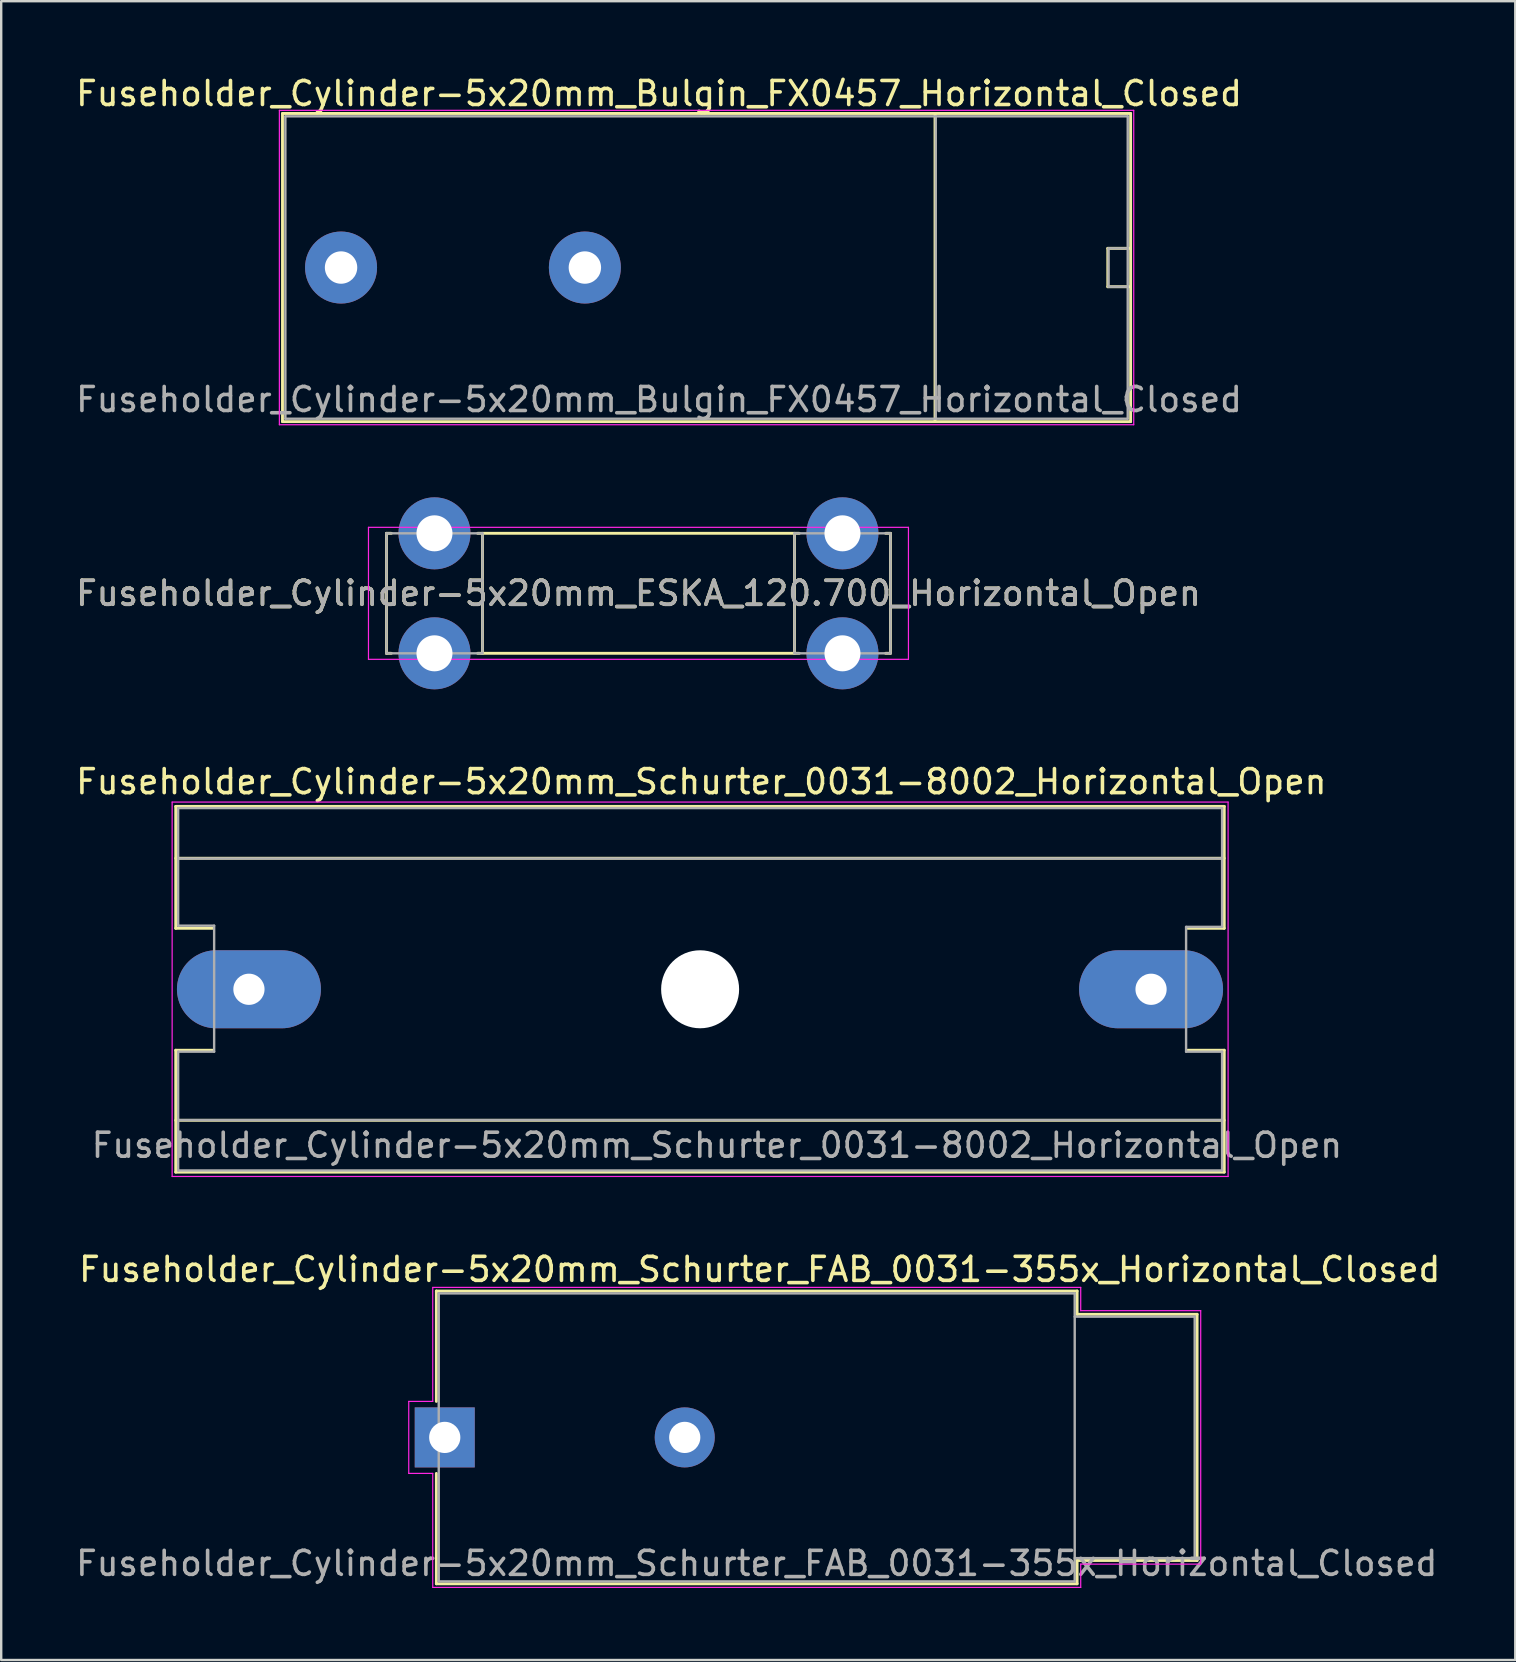
<source format=kicad_pcb>
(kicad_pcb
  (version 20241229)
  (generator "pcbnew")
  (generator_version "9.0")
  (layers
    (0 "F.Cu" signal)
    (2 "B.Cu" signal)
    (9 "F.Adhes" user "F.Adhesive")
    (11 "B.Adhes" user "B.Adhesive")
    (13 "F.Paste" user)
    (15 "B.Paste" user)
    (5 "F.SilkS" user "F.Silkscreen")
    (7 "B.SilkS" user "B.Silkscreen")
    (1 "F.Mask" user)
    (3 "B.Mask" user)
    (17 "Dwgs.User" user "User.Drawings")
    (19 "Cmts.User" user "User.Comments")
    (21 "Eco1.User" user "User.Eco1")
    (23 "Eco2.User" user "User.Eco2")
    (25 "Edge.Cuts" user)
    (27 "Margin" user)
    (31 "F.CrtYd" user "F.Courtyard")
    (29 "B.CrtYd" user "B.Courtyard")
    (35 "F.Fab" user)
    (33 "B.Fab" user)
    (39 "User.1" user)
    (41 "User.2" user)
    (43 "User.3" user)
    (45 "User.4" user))
  (footprint "Fuseholder_Cylinder-5x20mm_Schurter_0031-8002_Horizontal_Open"
    (layer "F.Cu")
    (at 7.323 38.172)
    (property "Reference" "Fuseholder_Cylinder-5x20mm_Schurter_0031-8002_Horizontal_Open" (at 18.85 -8.65 0) (layer "F.SilkS") (effects (font (size 1 1) (thickness 0.15))))
    (attr through_hole)
    (fp_line (start -3.05 -7.62) (end -3.05 -2.54) (stroke (width 0.12) (type solid)) (layer "F.SilkS"))
    (fp_line (start -3.05 -7.62) (end 40.64 -7.62) (stroke (width 0.12) (type solid)) (layer "F.SilkS"))
    (fp_line (start -3.05 -5.46) (end 40.64 -5.46) (stroke (width 0.12) (type solid)) (layer "F.SilkS"))
    (fp_line (start -3.05 -2.54) (end -1.52 -2.54) (stroke (width 0.12) (type solid)) (layer "F.SilkS"))
    (fp_line (start -3.05 2.54) (end -3.05 7.62) (stroke (width 0.12) (type solid)) (layer "F.SilkS"))
    (fp_line (start -1.52 2.54) (end -3.05 2.54) (stroke (width 0.12) (type solid)) (layer "F.SilkS"))
    (fp_line (start 39.12 2.54) (end 40.64 2.54) (stroke (width 0.12) (type solid)) (layer "F.SilkS"))
    (fp_line (start 40.64 -7.62) (end 40.64 -2.54) (stroke (width 0.12) (type solid)) (layer "F.SilkS"))
    (fp_line (start 40.64 -2.54) (end 39.12 -2.54) (stroke (width 0.12) (type solid)) (layer "F.SilkS"))
    (fp_line (start 40.64 2.54) (end 40.64 7.62) (stroke (width 0.12) (type solid)) (layer "F.SilkS"))
    (fp_line (start 40.64 5.46) (end -3.05 5.46) (stroke (width 0.12) (type solid)) (layer "F.SilkS"))
    (fp_line (start 40.64 7.62) (end -3.05 7.62) (stroke (width 0.12) (type solid)) (layer "F.SilkS"))
    (fp_line (start -3.2 -7.8) (end -3.2 7.8) (stroke (width 0.05) (type solid)) (layer "F.CrtYd"))
    (fp_line (start -3.2 -7.8) (end 40.8 -7.8) (stroke (width 0.05) (type solid)) (layer "F.CrtYd"))
    (fp_line (start 40.8 7.8) (end -3.2 7.8) (stroke (width 0.05) (type solid)) (layer "F.CrtYd"))
    (fp_line (start 40.8 7.8) (end 40.8 -7.8) (stroke (width 0.05) (type solid)) (layer "F.CrtYd"))
    (fp_line (start -2.95 -7.55) (end -2.95 -2.65) (stroke (width 0.1) (type solid)) (layer "F.Fab"))
    (fp_line (start -2.95 -5.45) (end 40.55 -5.45) (stroke (width 0.1) (type solid)) (layer "F.Fab"))
    (fp_line (start -2.95 -2.65) (end -1.45 -2.65) (stroke (width 0.1) (type solid)) (layer "F.Fab"))
    (fp_line (start -2.95 2.6) (end -2.95 7.55) (stroke (width 0.1) (type solid)) (layer "F.Fab"))
    (fp_line (start -2.95 5.45) (end 40.55 5.45) (stroke (width 0.1) (type solid)) (layer "F.Fab"))
    (fp_line (start -2.95 7.55) (end 40.55 7.55) (stroke (width 0.1) (type solid)) (layer "F.Fab"))
    (fp_line (start -1.45 -2.65) (end -1.45 2.6) (stroke (width 0.1) (type solid)) (layer "F.Fab"))
    (fp_line (start -1.45 2.6) (end -2.95 2.6) (stroke (width 0.1) (type solid)) (layer "F.Fab"))
    (fp_line (start 39.05 -2.6) (end 40.55 -2.6) (stroke (width 0.1) (type solid)) (layer "F.Fab"))
    (fp_line (start 39.05 2.6) (end 39.05 -2.6) (stroke (width 0.1) (type solid)) (layer "F.Fab"))
    (fp_line (start 40.55 -7.55) (end -2.95 -7.55) (stroke (width 0.1) (type solid)) (layer "F.Fab"))
    (fp_line (start 40.55 -2.6) (end 40.55 -7.55) (stroke (width 0.1) (type solid)) (layer "F.Fab"))
    (fp_line (start 40.55 2.6) (end 39.05 2.6) (stroke (width 0.1) (type solid)) (layer "F.Fab"))
    (fp_line (start 40.55 7.55) (end 40.55 2.6) (stroke (width 0.1) (type solid)) (layer "F.Fab"))
    (fp_text user "${REFERENCE}" (at 19.5 6.5 0) (layer "F.Fab") (effects (font (size 1 1) (thickness 0.15))))
    (pad "" np_thru_hole circle (at 18.8 0) (size 3.25 3.25) (drill 3.25) (layers "*.Cu" "*.Mask"))
    (pad "1" thru_hole oval (at 0 0 90) (size 3.25 6) (drill 1.3) (layers "*.Cu" "*.Mask"))
    (pad "2" thru_hole oval (at 37.59 0 90) (size 3.25 6) (drill 1.3) (layers "*.Cu" "*.Mask")))
  (footprint "Fuseholder_Cylinder-5x20mm_ESKA_120.700_Horizontal_Open"
    (layer "F.Cu")
    (at 15.054 19.173)
    (property "Reference" "Fuseholder_Cylinder-5x20mm_ESKA_120.700_Horizontal_Open" (at 8.5 2.5 0) (layer "F.SilkS") (effects (font (size 1 1) (thickness 0.15))))
    (attr through_hole)
    (fp_line (start -2 0) (end -2 5) (stroke (width 0.12) (type solid)) (layer "F.SilkS"))
    (fp_line (start -2 5) (end -1.8 5) (stroke (width 0.12) (type solid)) (layer "F.SilkS"))
    (fp_line (start -1.8 0) (end -2 0) (stroke (width 0.12) (type solid)) (layer "F.SilkS"))
    (fp_line (start 1.8 0) (end 15.2 0) (stroke (width 0.12) (type solid)) (layer "F.SilkS"))
    (fp_line (start 2 0) (end 2 5) (stroke (width 0.12) (type solid)) (layer "F.SilkS"))
    (fp_line (start 15 0) (end 15 5) (stroke (width 0.12) (type solid)) (layer "F.SilkS"))
    (fp_line (start 15.2 5) (end 1.8 5) (stroke (width 0.12) (type solid)) (layer "F.SilkS"))
    (fp_line (start 18.8 0) (end 19 0) (stroke (width 0.12) (type solid)) (layer "F.SilkS"))
    (fp_line (start 19 0) (end 19 5) (stroke (width 0.12) (type solid)) (layer "F.SilkS"))
    (fp_line (start 19 5) (end 18.8 5) (stroke (width 0.12) (type solid)) (layer "F.SilkS"))
    (fp_line (start -2.75 -0.25) (end -2.75 5.25) (stroke (width 0.05) (type solid)) (layer "F.CrtYd"))
    (fp_line (start -2.75 5.25) (end 19.75 5.25) (stroke (width 0.05) (type solid)) (layer "F.CrtYd"))
    (fp_line (start 19.75 -0.25) (end -2.75 -0.25) (stroke (width 0.05) (type solid)) (layer "F.CrtYd"))
    (fp_line (start 19.75 5.25) (end 19.75 -0.25) (stroke (width 0.05) (type solid)) (layer "F.CrtYd"))
    (fp_line (start -2 0) (end -2 5) (stroke (width 0.1) (type solid)) (layer "F.Fab"))
    (fp_line (start -2 0) (end 2 0) (stroke (width 0.1) (type solid)) (layer "F.Fab"))
    (fp_line (start 2 0) (end 2 5) (stroke (width 0.1) (type solid)) (layer "F.Fab"))
    (fp_line (start 2 5) (end -2 5) (stroke (width 0.1) (type solid)) (layer "F.Fab"))
    (fp_line (start 15 0) (end 15 5) (stroke (width 0.1) (type solid)) (layer "F.Fab"))
    (fp_line (start 15 5) (end 19 5) (stroke (width 0.1) (type solid)) (layer "F.Fab"))
    (fp_line (start 19 0) (end 15 0) (stroke (width 0.1) (type solid)) (layer "F.Fab"))
    (fp_line (start 19 5) (end 19 0) (stroke (width 0.1) (type solid)) (layer "F.Fab"))
    (fp_text user "${REFERENCE}" (at 8.5 2.5 0) (layer "F.Fab") (effects (font (size 1 1) (thickness 0.15))))
    (pad "1" thru_hole circle (at 0 0) (size 3 3) (drill 1.5) (layers "*.Cu" "*.Mask"))
    (pad "1" thru_hole circle (at 0 5) (size 3 3) (drill 1.5) (layers "*.Cu" "*.Mask"))
    (pad "2" thru_hole circle (at 17 0) (size 3 3) (drill 1.5) (layers "*.Cu" "*.Mask"))
    (pad "2" thru_hole circle (at 17 5) (size 3 3) (drill 1.5) (layers "*.Cu" "*.Mask")))
  (footprint "Fuseholder_Cylinder-5x20mm_Bulgin_FX0457_Horizontal_Closed"
    (layer "F.Cu")
    (at 11.161 8.098)
    (property "Reference" "Fuseholder_Cylinder-5x20mm_Bulgin_FX0457_Horizontal_Closed" (at 13.25 -7.25 0) (layer "F.SilkS") (effects (font (size 1 1) (thickness 0.15))))
    (attr through_hole)
    (fp_line (start -2.44 -6.42) (end -2.44 6.42) (stroke (width 0.12) (type solid)) (layer "F.SilkS"))
    (fp_line (start -2.44 -6.42) (end 32.9 -6.42) (stroke (width 0.12) (type solid)) (layer "F.SilkS"))
    (fp_line (start 24.75 -6.4) (end 24.75 6.4) (stroke (width 0.12) (type solid)) (layer "F.SilkS"))
    (fp_line (start 31.95 -0.8) (end 31.95 0.8) (stroke (width 0.12) (type solid)) (layer "F.SilkS"))
    (fp_line (start 31.95 0.8) (end 32.85 0.8) (stroke (width 0.12) (type solid)) (layer "F.SilkS"))
    (fp_line (start 32.85 -0.8) (end 31.95 -0.8) (stroke (width 0.12) (type solid)) (layer "F.SilkS"))
    (fp_line (start 32.9 6.42) (end -2.44 6.42) (stroke (width 0.12) (type solid)) (layer "F.SilkS"))
    (fp_line (start 32.9 6.42) (end 32.9 -6.42) (stroke (width 0.12) (type solid)) (layer "F.SilkS"))
    (fp_line (start -2.57 -6.55) (end -2.57 6.55) (stroke (width 0.05) (type solid)) (layer "F.CrtYd"))
    (fp_line (start -2.57 -6.55) (end 33.03 -6.55) (stroke (width 0.05) (type solid)) (layer "F.CrtYd"))
    (fp_line (start 33.03 6.55) (end -2.57 6.55) (stroke (width 0.05) (type solid)) (layer "F.CrtYd"))
    (fp_line (start 33.03 6.55) (end 33.03 -6.55) (stroke (width 0.05) (type solid)) (layer "F.CrtYd"))
    (fp_line (start -2.32 6.3) (end -2.32 -6.3) (stroke (width 0.1) (type solid)) (layer "F.Fab"))
    (fp_line (start -2.32 6.3) (end 32.78 6.3) (stroke (width 0.1) (type solid)) (layer "F.Fab"))
    (fp_line (start 24.78 6.3) (end 24.78 -6.3) (stroke (width 0.1) (type solid)) (layer "F.Fab"))
    (fp_line (start 31.98 -0.8) (end 31.98 0.8) (stroke (width 0.1) (type solid)) (layer "F.Fab"))
    (fp_line (start 31.98 0.8) (end 32.78 0.8) (stroke (width 0.1) (type solid)) (layer "F.Fab"))
    (fp_line (start 32.78 -6.3) (end -2.32 -6.3) (stroke (width 0.1) (type solid)) (layer "F.Fab"))
    (fp_line (start 32.78 -0.8) (end 31.98 -0.8) (stroke (width 0.1) (type solid)) (layer "F.Fab"))
    (fp_line (start 32.78 6.3) (end 32.78 -6.3) (stroke (width 0.1) (type solid)) (layer "F.Fab"))
    (fp_text user "${REFERENCE}" (at 13.25 5.5 0) (layer "F.Fab") (effects (font (size 1 1) (thickness 0.15))))
    (pad "1" thru_hole circle (at 0 0) (size 3 3) (drill 1.35) (layers "*.Cu" "*.Mask"))
    (pad "2" thru_hole circle (at 10.16 0) (size 3 3) (drill 1.35) (layers "*.Cu" "*.Mask")))
  (footprint "Fuseholder_Cylinder-5x20mm_Schurter_FAB_0031-355x_Horizontal_Closed"
    (layer "F.Cu")
    (at 15.482 56.845)
    (property "Reference" "Fuseholder_Cylinder-5x20mm_Schurter_FAB_0031-355x_Horizontal_Closed" (at 13.125 -7 0) (layer "F.SilkS") (effects (font (size 1 1) (thickness 0.15))))
    (attr through_hole)
    (fp_line (start -0.35 -6.1) (end -0.35 -1.5) (stroke (width 0.12) (type solid)) (layer "F.SilkS"))
    (fp_line (start -0.35 1.5) (end -0.35 6.1) (stroke (width 0.12) (type solid)) (layer "F.SilkS"))
    (fp_line (start -0.35 6.1) (end 26.35 6.1) (stroke (width 0.12) (type solid)) (layer "F.SilkS"))
    (fp_line (start 26.35 -6.1) (end -0.35 -6.1) (stroke (width 0.12) (type solid)) (layer "F.SilkS"))
    (fp_line (start 26.35 -5.13) (end 26.35 -6.1) (stroke (width 0.12) (type solid)) (layer "F.SilkS"))
    (fp_line (start 26.35 -5.13) (end 31.35 -5.13) (stroke (width 0.12) (type solid)) (layer "F.SilkS"))
    (fp_line (start 26.35 5.13) (end 26.35 6.1) (stroke (width 0.12) (type solid)) (layer "F.SilkS"))
    (fp_line (start 31.35 -5.13) (end 31.35 5.13) (stroke (width 0.12) (type solid)) (layer "F.SilkS"))
    (fp_line (start 31.35 5.13) (end 26.35 5.13) (stroke (width 0.12) (type solid)) (layer "F.SilkS"))
    (fp_line (start -1.5 -1.5) (end -1.5 1.5) (stroke (width 0.05) (type solid)) (layer "F.CrtYd"))
    (fp_line (start -1.5 1.5) (end -0.5 1.5) (stroke (width 0.05) (type solid)) (layer "F.CrtYd"))
    (fp_line (start -0.5 -6.25) (end -0.5 -1.5) (stroke (width 0.05) (type solid)) (layer "F.CrtYd"))
    (fp_line (start -0.5 -6.25) (end 26.5 -6.25) (stroke (width 0.05) (type solid)) (layer "F.CrtYd"))
    (fp_line (start -0.5 -1.5) (end -1.5 -1.5) (stroke (width 0.05) (type solid)) (layer "F.CrtYd"))
    (fp_line (start -0.5 1.5) (end -0.5 6.25) (stroke (width 0.05) (type solid)) (layer "F.CrtYd"))
    (fp_line (start 26.5 -6.25) (end 26.5 -5.28) (stroke (width 0.05) (type solid)) (layer "F.CrtYd"))
    (fp_line (start 26.5 5.28) (end 26.5 6.25) (stroke (width 0.05) (type solid)) (layer "F.CrtYd"))
    (fp_line (start 26.5 5.28) (end 31.5 5.28) (stroke (width 0.05) (type solid)) (layer "F.CrtYd"))
    (fp_line (start 26.5 6.25) (end -0.5 6.25) (stroke (width 0.05) (type solid)) (layer "F.CrtYd"))
    (fp_line (start 31.5 -5.28) (end 26.5 -5.28) (stroke (width 0.05) (type solid)) (layer "F.CrtYd"))
    (fp_line (start 31.5 5.28) (end 31.5 -5.28) (stroke (width 0.05) (type solid)) (layer "F.CrtYd"))
    (fp_line (start -0.25 -6) (end 26.25 -6) (stroke (width 0.1) (type solid)) (layer "F.Fab"))
    (fp_line (start -0.25 6) (end -0.25 -6) (stroke (width 0.1) (type solid)) (layer "F.Fab"))
    (fp_line (start 26.25 -6) (end 26.25 6) (stroke (width 0.1) (type solid)) (layer "F.Fab"))
    (fp_line (start 26.25 -5.03) (end 31.25 -5.03) (stroke (width 0.1) (type solid)) (layer "F.Fab"))
    (fp_line (start 26.25 6) (end -0.25 6) (stroke (width 0.1) (type solid)) (layer "F.Fab"))
    (fp_line (start 31.25 -5.03) (end 31.25 5.03) (stroke (width 0.1) (type solid)) (layer "F.Fab"))
    (fp_line (start 31.25 5.03) (end 26.25 5.03) (stroke (width 0.1) (type solid)) (layer "F.Fab"))
    (fp_text user "${REFERENCE}" (at 13 5.25 0) (layer "F.Fab") (effects (font (size 1 1) (thickness 0.15))))
    (pad "1" thru_hole rect (at 0 0) (size 2.5 2.5) (drill 1.3) (layers "*.Cu" "*.Mask"))
    (pad "2" thru_hole circle (at 10 0) (size 2.5 2.5) (drill 1.3) (layers "*.Cu" "*.Mask")))
  (gr_rect
    (start -3 -3)
    (end 60.089 66.12)
    (stroke (width 0.1) (type default))
    (fill no)
    (layer "Edge.Cuts")))
</source>
